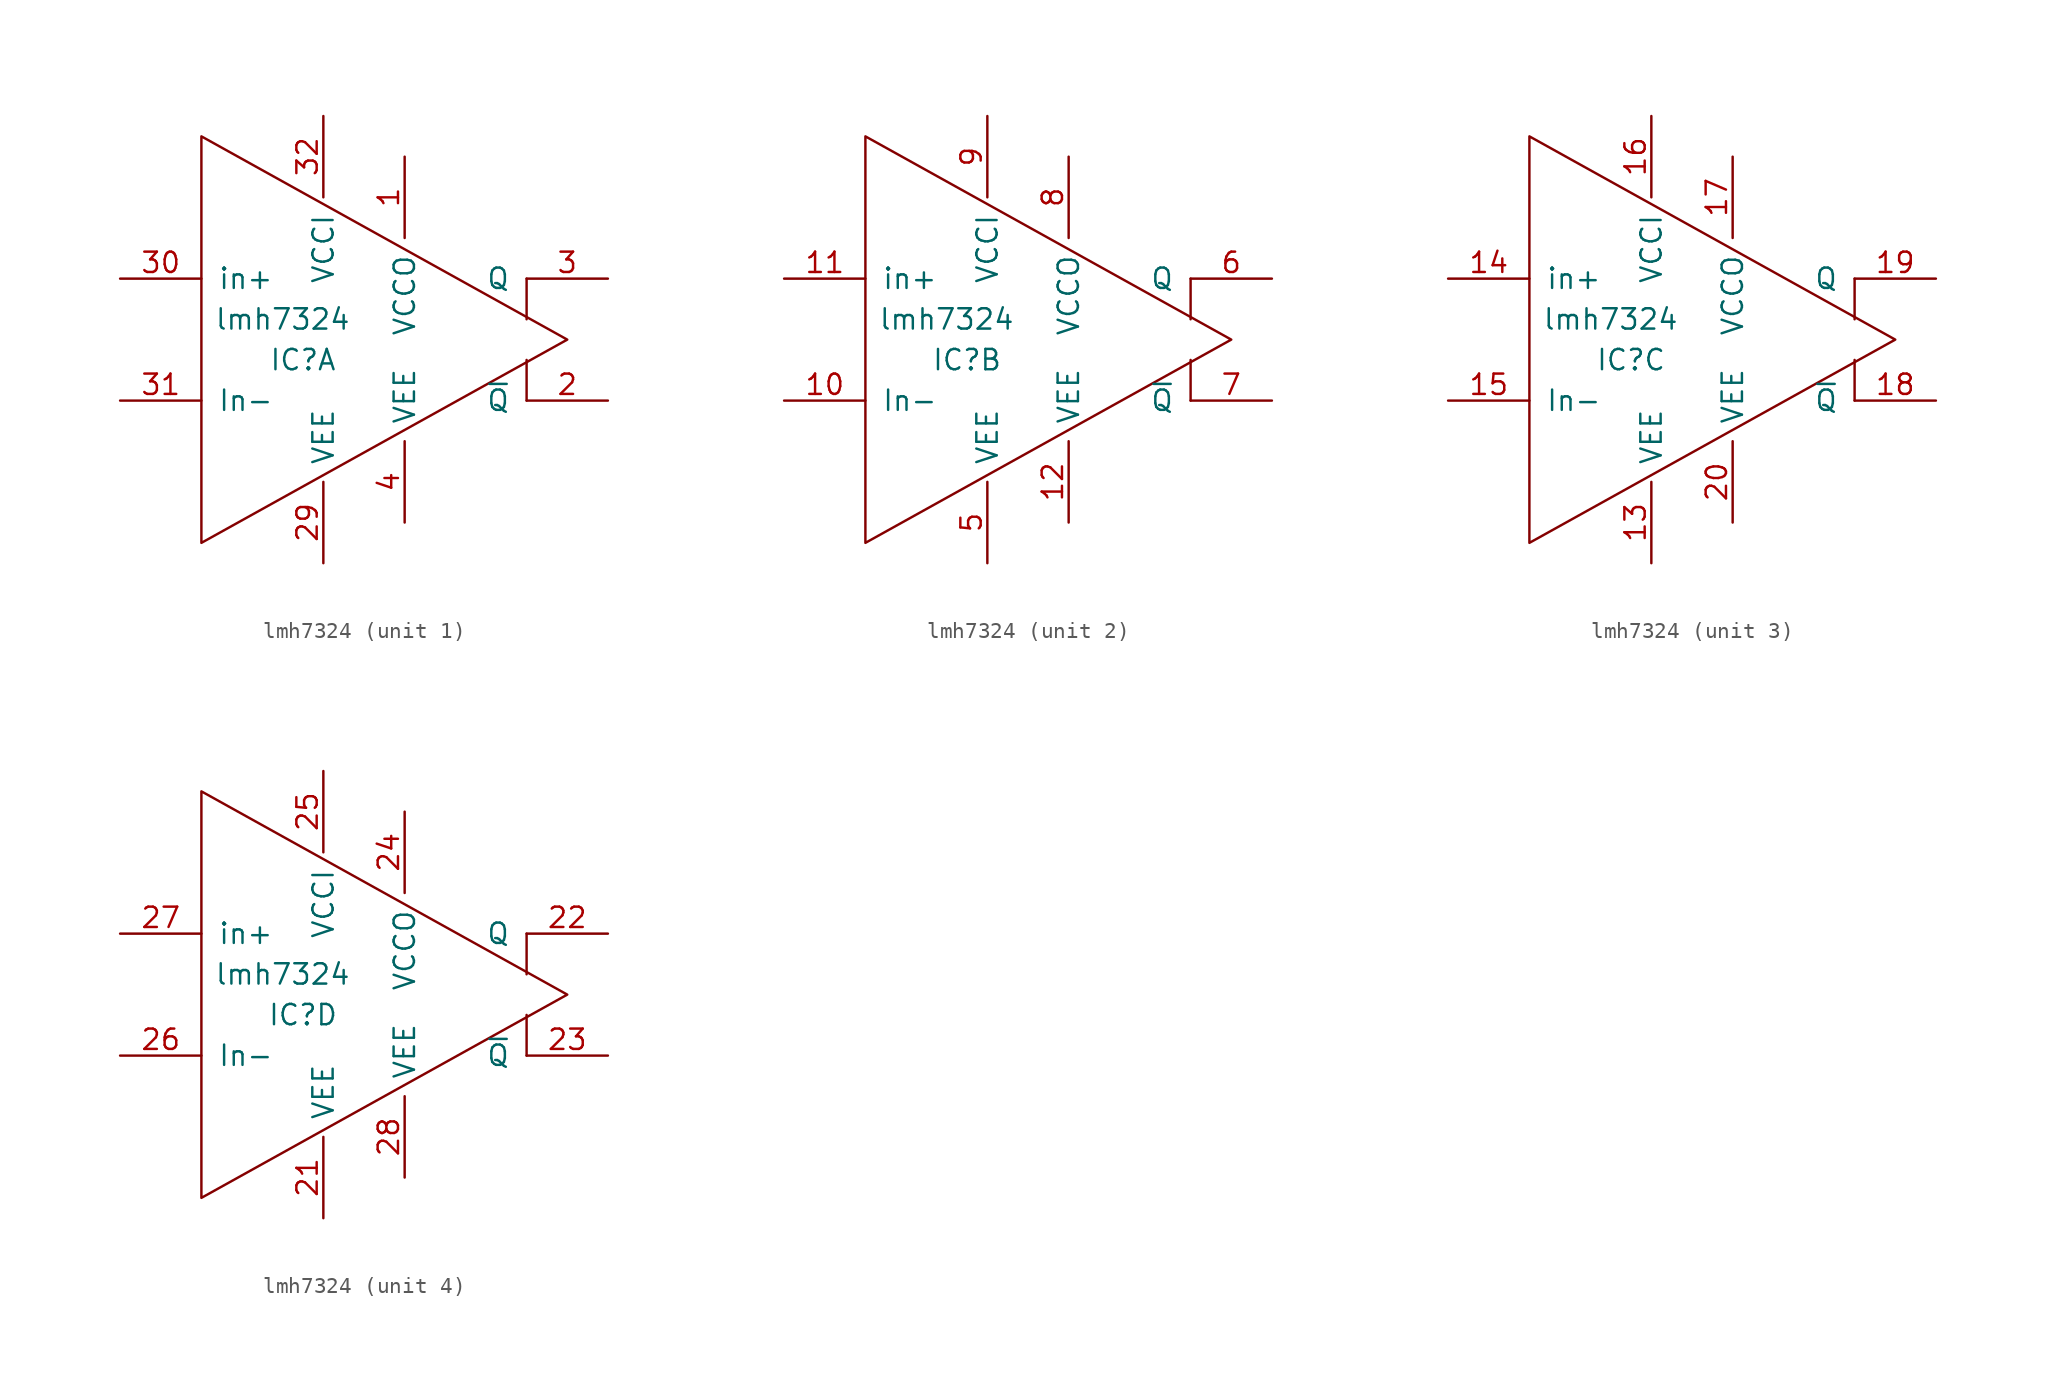
<source format=kicad_sym>
(kicad_symbol_lib
  (version 20211014)
  (generator kicad_symbol_editor)
  (symbol "lmh7324"
    (pin_names
      (offset 1.016))
    (property "Reference" "IC"
      (at 6.35 -5.08 0)
      (effects (font (size 1.27 1.27))))
    (property "Value" "lmh7324"
      (at 5.08 -2.54 0)
      (effects (font (size 1.27 1.27))))
    (symbol "lmh7324_0_1"
      (polyline (pts (xy 20.32 -7.62) (xy 20.32 -5.08)) (stroke (width 0) (type default) (color 0 0 0 0)) (fill (type none)))
      (polyline (pts (xy 20.32 0) (xy 20.32 -2.54)) (stroke (width 0) (type default) (color 0 0 0 0)) (fill (type none)))
      (polyline (pts (xy 22.86 -3.81) (xy 0 8.89) (xy 0 -16.51) (xy 22.86 -3.81)) (stroke (width 0) (type default) (color 0 0 0 0)) (fill (type none))))
    (symbol "lmh7324_1_1"
      (pin power_in line (at 12.7 7.62 270) (length 5.08) (name "VCCO" (effects (font (size 1.27 1.27)))) (number "1" (effects (font (size 1.27 1.27)))))
      (pin output line (at 25.4 -7.62 180) (length 5.08) (name "~{Q}" (effects (font (size 1.27 1.27)))) (number "2" (effects (font (size 1.27 1.27)))))
      (pin power_in line (at 7.62 -17.78 90) (length 5.08) (name "VEE" (effects (font (size 1.27 1.27)))) (number "29" (effects (font (size 1.27 1.27)))))
      (pin output line (at 25.4 0 180) (length 5.08) (name "Q" (effects (font (size 1.27 1.27)))) (number "3" (effects (font (size 1.27 1.27)))))
      (pin input line (at -5.08 0 0) (length 5.08) (name "in+" (effects (font (size 1.27 1.27)))) (number "30" (effects (font (size 1.27 1.27)))))
      (pin input line (at -5.08 -7.62 0) (length 5.08) (name "In-" (effects (font (size 1.27 1.27)))) (number "31" (effects (font (size 1.27 1.27)))))
      (pin power_in line (at 7.62 10.16 270) (length 5.08) (name "VCCI" (effects (font (size 1.27 1.27)))) (number "32" (effects (font (size 1.27 1.27)))))
      (pin power_in line (at 12.7 -15.24 90) (length 5.08) (name "VEE" (effects (font (size 1.27 1.27)))) (number "4" (effects (font (size 1.27 1.27))))))
    (symbol "lmh7324_2_1"
      (pin input line (at -5.08 -7.62 0) (length 5.08) (name "In-" (effects (font (size 1.27 1.27)))) (number "10" (effects (font (size 1.27 1.27)))))
      (pin input line (at -5.08 0 0) (length 5.08) (name "in+" (effects (font (size 1.27 1.27)))) (number "11" (effects (font (size 1.27 1.27)))))
      (pin power_in line (at 12.7 -15.24 90) (length 5.08) (name "VEE" (effects (font (size 1.27 1.27)))) (number "12" (effects (font (size 1.27 1.27)))))
      (pin power_in line (at 7.62 -17.78 90) (length 5.08) (name "VEE" (effects (font (size 1.27 1.27)))) (number "5" (effects (font (size 1.27 1.27)))))
      (pin output line (at 25.4 0 180) (length 5.08) (name "Q" (effects (font (size 1.27 1.27)))) (number "6" (effects (font (size 1.27 1.27)))))
      (pin output line (at 25.4 -7.62 180) (length 5.08) (name "~{Q}" (effects (font (size 1.27 1.27)))) (number "7" (effects (font (size 1.27 1.27)))))
      (pin power_in line (at 12.7 7.62 270) (length 5.08) (name "VCCO" (effects (font (size 1.27 1.27)))) (number "8" (effects (font (size 1.27 1.27)))))
      (pin power_in line (at 7.62 10.16 270) (length 5.08) (name "VCCI" (effects (font (size 1.27 1.27)))) (number "9" (effects (font (size 1.27 1.27))))))
    (symbol "lmh7324_3_1"
      (pin power_in line (at 7.62 -17.78 90) (length 5.08) (name "VEE" (effects (font (size 1.27 1.27)))) (number "13" (effects (font (size 1.27 1.27)))))
      (pin input line (at -5.08 0 0) (length 5.08) (name "in+" (effects (font (size 1.27 1.27)))) (number "14" (effects (font (size 1.27 1.27)))))
      (pin input line (at -5.08 -7.62 0) (length 5.08) (name "In-" (effects (font (size 1.27 1.27)))) (number "15" (effects (font (size 1.27 1.27)))))
      (pin power_in line (at 7.62 10.16 270) (length 5.08) (name "VCCI" (effects (font (size 1.27 1.27)))) (number "16" (effects (font (size 1.27 1.27)))))
      (pin power_in line (at 12.7 7.62 270) (length 5.08) (name "VCCO" (effects (font (size 1.27 1.27)))) (number "17" (effects (font (size 1.27 1.27)))))
      (pin output line (at 25.4 -7.62 180) (length 5.08) (name "~{Q}" (effects (font (size 1.27 1.27)))) (number "18" (effects (font (size 1.27 1.27)))))
      (pin output line (at 25.4 0 180) (length 5.08) (name "Q" (effects (font (size 1.27 1.27)))) (number "19" (effects (font (size 1.27 1.27)))))
      (pin power_in line (at 12.7 -15.24 90) (length 5.08) (name "VEE" (effects (font (size 1.27 1.27)))) (number "20" (effects (font (size 1.27 1.27))))))
    (symbol "lmh7324_4_1"
      (pin power_in line (at 7.62 -17.78 90) (length 5.08) (name "VEE" (effects (font (size 1.27 1.27)))) (number "21" (effects (font (size 1.27 1.27)))))
      (pin output line (at 25.4 0 180) (length 5.08) (name "Q" (effects (font (size 1.27 1.27)))) (number "22" (effects (font (size 1.27 1.27)))))
      (pin output line (at 25.4 -7.62 180) (length 5.08) (name "~{Q}" (effects (font (size 1.27 1.27)))) (number "23" (effects (font (size 1.27 1.27)))))
      (pin power_in line (at 12.7 7.62 270) (length 5.08) (name "VCCO" (effects (font (size 1.27 1.27)))) (number "24" (effects (font (size 1.27 1.27)))))
      (pin power_in line (at 7.62 10.16 270) (length 5.08) (name "VCCI" (effects (font (size 1.27 1.27)))) (number "25" (effects (font (size 1.27 1.27)))))
      (pin input line (at -5.08 -7.62 0) (length 5.08) (name "In-" (effects (font (size 1.27 1.27)))) (number "26" (effects (font (size 1.27 1.27)))))
      (pin input line (at -5.08 0 0) (length 5.08) (name "in+" (effects (font (size 1.27 1.27)))) (number "27" (effects (font (size 1.27 1.27)))))
      (pin power_in line (at 12.7 -15.24 90) (length 5.08) (name "VEE" (effects (font (size 1.27 1.27)))) (number "28" (effects (font (size 1.27 1.27))))))))
</source>
